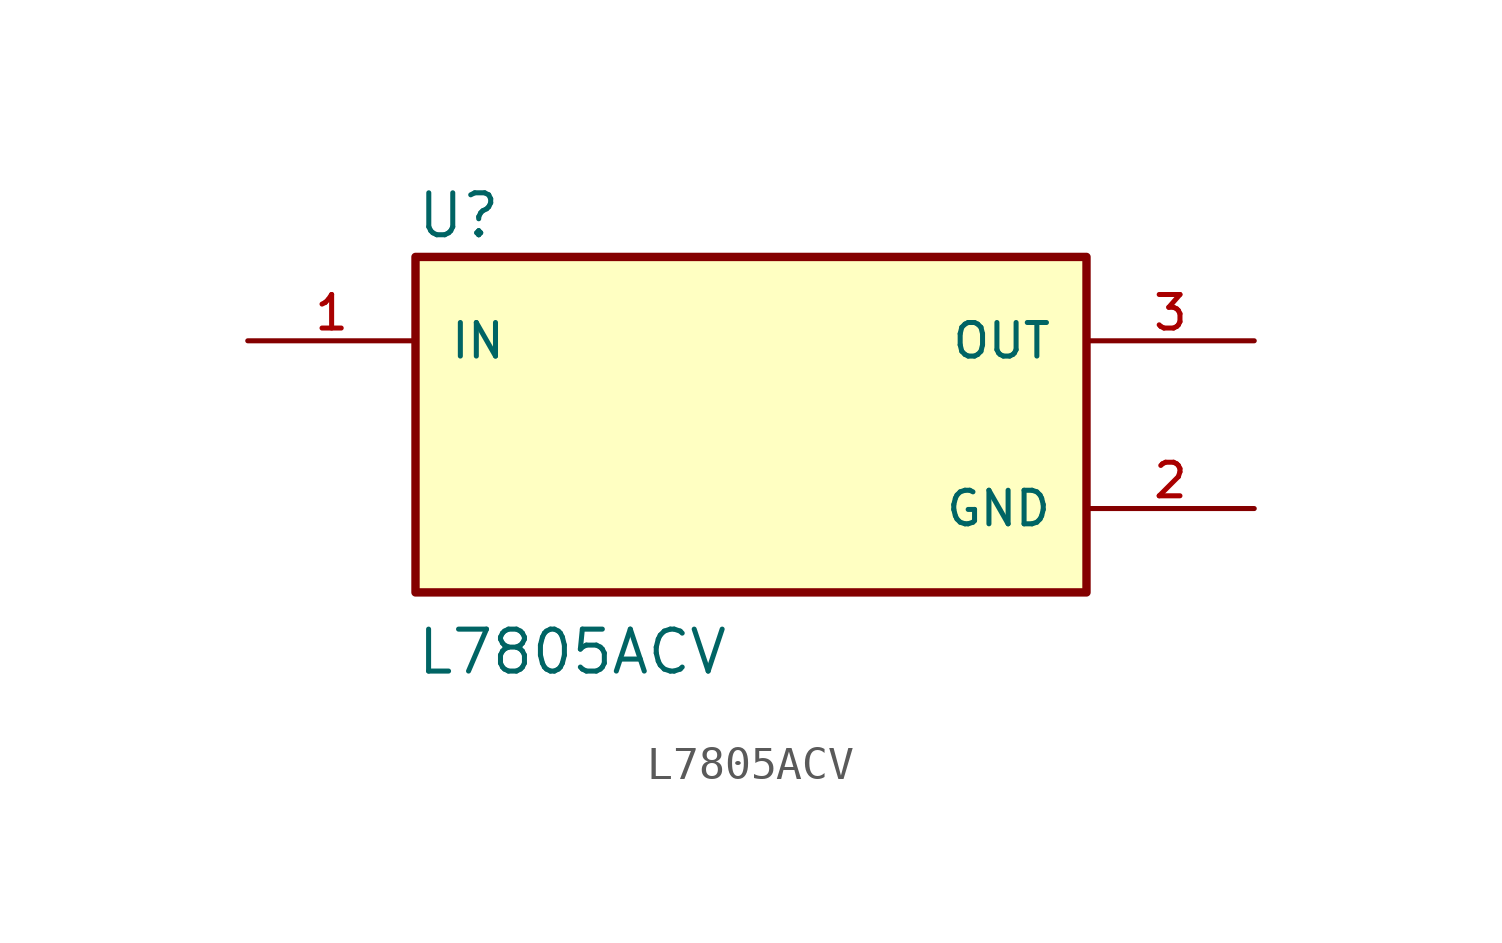
<source format=kicad_sym>
(kicad_symbol_lib
  (version 20211014)
  (generator kicad_symbol_editor)
  (symbol "L7805ACV"
    (pin_names
      (offset 1.016))
    (property "Reference" "U"
      (at -10.16 5.588 0)
      (effects (font (size 1.27 1.27)) (justify bottom left)))
    (property "Value" "L7805ACV"
      (at -10.166 -7.625 0)
      (effects (font (size 1.27 1.27)) (justify bottom left)))
    (symbol "L7805ACV_0_0"
      (rectangle (start -10.16 -5.08) (end 10.16 5.08) (stroke (width 0.254)) (fill (type background)))
      (pin input line (at -15.24 2.54 0) (length 5.08) (name "IN" (effects (font (size 1.016 1.016)))) (number "1" (effects (font (size 1.016 1.016)))))
      (pin power_in line (at 15.24 -2.54 180.0) (length 5.08) (name "GND" (effects (font (size 1.016 1.016)))) (number "2" (effects (font (size 1.016 1.016)))))
      (pin output line (at 15.24 2.54 180.0) (length 5.08) (name "OUT" (effects (font (size 1.016 1.016)))) (number "3" (effects (font (size 1.016 1.016))))))))
</source>
